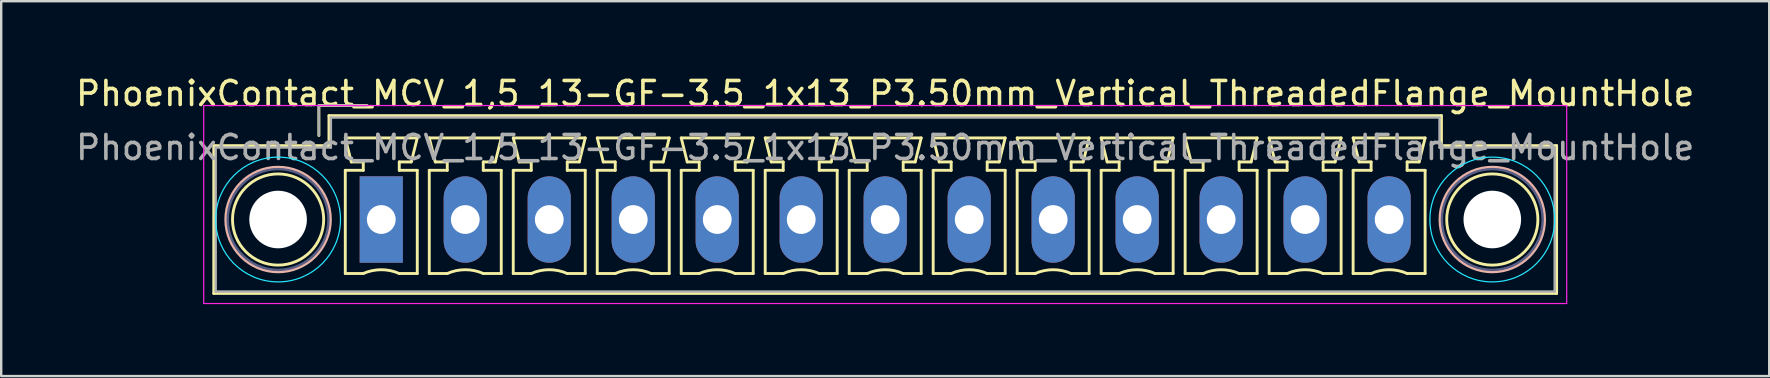
<source format=kicad_pcb>
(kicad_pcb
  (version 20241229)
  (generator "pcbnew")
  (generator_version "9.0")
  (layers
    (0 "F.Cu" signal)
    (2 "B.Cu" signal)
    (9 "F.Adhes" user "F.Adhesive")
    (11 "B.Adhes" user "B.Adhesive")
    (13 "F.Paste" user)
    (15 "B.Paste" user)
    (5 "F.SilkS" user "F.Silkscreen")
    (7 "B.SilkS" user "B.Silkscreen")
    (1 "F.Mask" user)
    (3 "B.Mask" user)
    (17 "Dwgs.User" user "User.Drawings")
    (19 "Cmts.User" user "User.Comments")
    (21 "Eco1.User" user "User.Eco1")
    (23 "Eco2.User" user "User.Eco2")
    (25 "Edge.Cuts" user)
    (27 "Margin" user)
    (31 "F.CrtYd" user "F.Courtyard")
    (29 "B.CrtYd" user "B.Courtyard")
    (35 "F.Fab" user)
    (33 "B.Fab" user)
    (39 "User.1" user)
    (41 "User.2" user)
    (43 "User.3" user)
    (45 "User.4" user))
  (footprint "PhoenixContact_MCV_1,5_13-GF-3.5_1x13_P3.50mm_Vertical_ThreadedFlange_MountHole"
    (layer "F.Cu")
    (at 12.839 6.098)
    (property "Reference" "PhoenixContact_MCV_1,5_13-GF-3.5_1x13_P3.50mm_Vertical_ThreadedFlange_MountHole" (at 21 -5.25 0) (layer "F.SilkS") (effects (font (size 1 1) (thickness 0.15))))
    (attr through_hole)
    (fp_line (start -6.98 -3.08) (end -6.98 3.08) (stroke (width 0.12) (type solid)) (layer "F.SilkS"))
    (fp_line (start -6.98 3.08) (end 48.98 3.08) (stroke (width 0.12) (type solid)) (layer "F.SilkS"))
    (fp_line (start -2.6 -4.75) (end -0.6 -4.75) (stroke (width 0.12) (type solid)) (layer "F.SilkS"))
    (fp_line (start -2.6 -3.5) (end -2.6 -4.75) (stroke (width 0.12) (type solid)) (layer "F.SilkS"))
    (fp_line (start -2.18 -4.33) (end -2.18 -3.08) (stroke (width 0.12) (type solid)) (layer "F.SilkS"))
    (fp_line (start -2.18 -3.08) (end -6.98 -3.08) (stroke (width 0.12) (type solid)) (layer "F.SilkS"))
    (fp_line (start -1.5 -3.4) (end 1.5 -3.4) (stroke (width 0.12) (type solid)) (layer "F.SilkS"))
    (fp_line (start -1.5 -2.05) (end -0.75 -2.05) (stroke (width 0.12) (type solid)) (layer "F.SilkS"))
    (fp_line (start -1.5 2.25) (end -1.5 -2.05) (stroke (width 0.12) (type solid)) (layer "F.SilkS"))
    (fp_line (start -1.25 -2.4) (end -1.5 -3.4) (stroke (width 0.12) (type solid)) (layer "F.SilkS"))
    (fp_line (start -0.75 -2.4) (end -1.25 -2.4) (stroke (width 0.12) (type solid)) (layer "F.SilkS"))
    (fp_line (start -0.75 -2.05) (end -0.75 -2.4) (stroke (width 0.12) (type solid)) (layer "F.SilkS"))
    (fp_line (start -0.75 2.25) (end -1.5 2.25) (stroke (width 0.12) (type solid)) (layer "F.SilkS"))
    (fp_line (start 0.75 -2.4) (end 0.75 -2.05) (stroke (width 0.12) (type solid)) (layer "F.SilkS"))
    (fp_line (start 0.75 -2.05) (end 1.5 -2.05) (stroke (width 0.12) (type solid)) (layer "F.SilkS"))
    (fp_line (start 1.25 -2.4) (end 0.75 -2.4) (stroke (width 0.12) (type solid)) (layer "F.SilkS"))
    (fp_line (start 1.5 -3.4) (end 1.25 -2.4) (stroke (width 0.12) (type solid)) (layer "F.SilkS"))
    (fp_line (start 1.5 -2.05) (end 1.5 2.25) (stroke (width 0.12) (type solid)) (layer "F.SilkS"))
    (fp_line (start 1.5 2.25) (end 0.75 2.25) (stroke (width 0.12) (type solid)) (layer "F.SilkS"))
    (fp_line (start 2 -3.4) (end 5 -3.4) (stroke (width 0.12) (type solid)) (layer "F.SilkS"))
    (fp_line (start 2 -2.05) (end 2.75 -2.05) (stroke (width 0.12) (type solid)) (layer "F.SilkS"))
    (fp_line (start 2 2.25) (end 2 -2.05) (stroke (width 0.12) (type solid)) (layer "F.SilkS"))
    (fp_line (start 2.25 -2.4) (end 2 -3.4) (stroke (width 0.12) (type solid)) (layer "F.SilkS"))
    (fp_line (start 2.75 -2.4) (end 2.25 -2.4) (stroke (width 0.12) (type solid)) (layer "F.SilkS"))
    (fp_line (start 2.75 -2.05) (end 2.75 -2.4) (stroke (width 0.12) (type solid)) (layer "F.SilkS"))
    (fp_line (start 2.75 2.25) (end 2 2.25) (stroke (width 0.12) (type solid)) (layer "F.SilkS"))
    (fp_line (start 4.25 -2.4) (end 4.25 -2.05) (stroke (width 0.12) (type solid)) (layer "F.SilkS"))
    (fp_line (start 4.25 -2.05) (end 5 -2.05) (stroke (width 0.12) (type solid)) (layer "F.SilkS"))
    (fp_line (start 4.75 -2.4) (end 4.25 -2.4) (stroke (width 0.12) (type solid)) (layer "F.SilkS"))
    (fp_line (start 5 -3.4) (end 4.75 -2.4) (stroke (width 0.12) (type solid)) (layer "F.SilkS"))
    (fp_line (start 5 -2.05) (end 5 2.25) (stroke (width 0.12) (type solid)) (layer "F.SilkS"))
    (fp_line (start 5 2.25) (end 4.25 2.25) (stroke (width 0.12) (type solid)) (layer "F.SilkS"))
    (fp_line (start 5.5 -3.4) (end 8.5 -3.4) (stroke (width 0.12) (type solid)) (layer "F.SilkS"))
    (fp_line (start 5.5 -2.05) (end 6.25 -2.05) (stroke (width 0.12) (type solid)) (layer "F.SilkS"))
    (fp_line (start 5.5 2.25) (end 5.5 -2.05) (stroke (width 0.12) (type solid)) (layer "F.SilkS"))
    (fp_line (start 5.75 -2.4) (end 5.5 -3.4) (stroke (width 0.12) (type solid)) (layer "F.SilkS"))
    (fp_line (start 6.25 -2.4) (end 5.75 -2.4) (stroke (width 0.12) (type solid)) (layer "F.SilkS"))
    (fp_line (start 6.25 -2.05) (end 6.25 -2.4) (stroke (width 0.12) (type solid)) (layer "F.SilkS"))
    (fp_line (start 6.25 2.25) (end 5.5 2.25) (stroke (width 0.12) (type solid)) (layer "F.SilkS"))
    (fp_line (start 7.75 -2.4) (end 7.75 -2.05) (stroke (width 0.12) (type solid)) (layer "F.SilkS"))
    (fp_line (start 7.75 -2.05) (end 8.5 -2.05) (stroke (width 0.12) (type solid)) (layer "F.SilkS"))
    (fp_line (start 8.25 -2.4) (end 7.75 -2.4) (stroke (width 0.12) (type solid)) (layer "F.SilkS"))
    (fp_line (start 8.5 -3.4) (end 8.25 -2.4) (stroke (width 0.12) (type solid)) (layer "F.SilkS"))
    (fp_line (start 8.5 -2.05) (end 8.5 2.25) (stroke (width 0.12) (type solid)) (layer "F.SilkS"))
    (fp_line (start 8.5 2.25) (end 7.75 2.25) (stroke (width 0.12) (type solid)) (layer "F.SilkS"))
    (fp_line (start 9 -3.4) (end 12 -3.4) (stroke (width 0.12) (type solid)) (layer "F.SilkS"))
    (fp_line (start 9 -2.05) (end 9.75 -2.05) (stroke (width 0.12) (type solid)) (layer "F.SilkS"))
    (fp_line (start 9 2.25) (end 9 -2.05) (stroke (width 0.12) (type solid)) (layer "F.SilkS"))
    (fp_line (start 9.25 -2.4) (end 9 -3.4) (stroke (width 0.12) (type solid)) (layer "F.SilkS"))
    (fp_line (start 9.75 -2.4) (end 9.25 -2.4) (stroke (width 0.12) (type solid)) (layer "F.SilkS"))
    (fp_line (start 9.75 -2.05) (end 9.75 -2.4) (stroke (width 0.12) (type solid)) (layer "F.SilkS"))
    (fp_line (start 9.75 2.25) (end 9 2.25) (stroke (width 0.12) (type solid)) (layer "F.SilkS"))
    (fp_line (start 11.25 -2.4) (end 11.25 -2.05) (stroke (width 0.12) (type solid)) (layer "F.SilkS"))
    (fp_line (start 11.25 -2.05) (end 12 -2.05) (stroke (width 0.12) (type solid)) (layer "F.SilkS"))
    (fp_line (start 11.75 -2.4) (end 11.25 -2.4) (stroke (width 0.12) (type solid)) (layer "F.SilkS"))
    (fp_line (start 12 -3.4) (end 11.75 -2.4) (stroke (width 0.12) (type solid)) (layer "F.SilkS"))
    (fp_line (start 12 -2.05) (end 12 2.25) (stroke (width 0.12) (type solid)) (layer "F.SilkS"))
    (fp_line (start 12 2.25) (end 11.25 2.25) (stroke (width 0.12) (type solid)) (layer "F.SilkS"))
    (fp_line (start 12.5 -3.4) (end 15.5 -3.4) (stroke (width 0.12) (type solid)) (layer "F.SilkS"))
    (fp_line (start 12.5 -2.05) (end 13.25 -2.05) (stroke (width 0.12) (type solid)) (layer "F.SilkS"))
    (fp_line (start 12.5 2.25) (end 12.5 -2.05) (stroke (width 0.12) (type solid)) (layer "F.SilkS"))
    (fp_line (start 12.75 -2.4) (end 12.5 -3.4) (stroke (width 0.12) (type solid)) (layer "F.SilkS"))
    (fp_line (start 13.25 -2.4) (end 12.75 -2.4) (stroke (width 0.12) (type solid)) (layer "F.SilkS"))
    (fp_line (start 13.25 -2.05) (end 13.25 -2.4) (stroke (width 0.12) (type solid)) (layer "F.SilkS"))
    (fp_line (start 13.25 2.25) (end 12.5 2.25) (stroke (width 0.12) (type solid)) (layer "F.SilkS"))
    (fp_line (start 14.75 -2.4) (end 14.75 -2.05) (stroke (width 0.12) (type solid)) (layer "F.SilkS"))
    (fp_line (start 14.75 -2.05) (end 15.5 -2.05) (stroke (width 0.12) (type solid)) (layer "F.SilkS"))
    (fp_line (start 15.25 -2.4) (end 14.75 -2.4) (stroke (width 0.12) (type solid)) (layer "F.SilkS"))
    (fp_line (start 15.5 -3.4) (end 15.25 -2.4) (stroke (width 0.12) (type solid)) (layer "F.SilkS"))
    (fp_line (start 15.5 -2.05) (end 15.5 2.25) (stroke (width 0.12) (type solid)) (layer "F.SilkS"))
    (fp_line (start 15.5 2.25) (end 14.75 2.25) (stroke (width 0.12) (type solid)) (layer "F.SilkS"))
    (fp_line (start 16 -3.4) (end 19 -3.4) (stroke (width 0.12) (type solid)) (layer "F.SilkS"))
    (fp_line (start 16 -2.05) (end 16.75 -2.05) (stroke (width 0.12) (type solid)) (layer "F.SilkS"))
    (fp_line (start 16 2.25) (end 16 -2.05) (stroke (width 0.12) (type solid)) (layer "F.SilkS"))
    (fp_line (start 16.25 -2.4) (end 16 -3.4) (stroke (width 0.12) (type solid)) (layer "F.SilkS"))
    (fp_line (start 16.75 -2.4) (end 16.25 -2.4) (stroke (width 0.12) (type solid)) (layer "F.SilkS"))
    (fp_line (start 16.75 -2.05) (end 16.75 -2.4) (stroke (width 0.12) (type solid)) (layer "F.SilkS"))
    (fp_line (start 16.75 2.25) (end 16 2.25) (stroke (width 0.12) (type solid)) (layer "F.SilkS"))
    (fp_line (start 18.25 -2.4) (end 18.25 -2.05) (stroke (width 0.12) (type solid)) (layer "F.SilkS"))
    (fp_line (start 18.25 -2.05) (end 19 -2.05) (stroke (width 0.12) (type solid)) (layer "F.SilkS"))
    (fp_line (start 18.75 -2.4) (end 18.25 -2.4) (stroke (width 0.12) (type solid)) (layer "F.SilkS"))
    (fp_line (start 19 -3.4) (end 18.75 -2.4) (stroke (width 0.12) (type solid)) (layer "F.SilkS"))
    (fp_line (start 19 -2.05) (end 19 2.25) (stroke (width 0.12) (type solid)) (layer "F.SilkS"))
    (fp_line (start 19 2.25) (end 18.25 2.25) (stroke (width 0.12) (type solid)) (layer "F.SilkS"))
    (fp_line (start 19.5 -3.4) (end 22.5 -3.4) (stroke (width 0.12) (type solid)) (layer "F.SilkS"))
    (fp_line (start 19.5 -2.05) (end 20.25 -2.05) (stroke (width 0.12) (type solid)) (layer "F.SilkS"))
    (fp_line (start 19.5 2.25) (end 19.5 -2.05) (stroke (width 0.12) (type solid)) (layer "F.SilkS"))
    (fp_line (start 19.75 -2.4) (end 19.5 -3.4) (stroke (width 0.12) (type solid)) (layer "F.SilkS"))
    (fp_line (start 20.25 -2.4) (end 19.75 -2.4) (stroke (width 0.12) (type solid)) (layer "F.SilkS"))
    (fp_line (start 20.25 -2.05) (end 20.25 -2.4) (stroke (width 0.12) (type solid)) (layer "F.SilkS"))
    (fp_line (start 20.25 2.25) (end 19.5 2.25) (stroke (width 0.12) (type solid)) (layer "F.SilkS"))
    (fp_line (start 21.75 -2.4) (end 21.75 -2.05) (stroke (width 0.12) (type solid)) (layer "F.SilkS"))
    (fp_line (start 21.75 -2.05) (end 22.5 -2.05) (stroke (width 0.12) (type solid)) (layer "F.SilkS"))
    (fp_line (start 22.25 -2.4) (end 21.75 -2.4) (stroke (width 0.12) (type solid)) (layer "F.SilkS"))
    (fp_line (start 22.5 -3.4) (end 22.25 -2.4) (stroke (width 0.12) (type solid)) (layer "F.SilkS"))
    (fp_line (start 22.5 -2.05) (end 22.5 2.25) (stroke (width 0.12) (type solid)) (layer "F.SilkS"))
    (fp_line (start 22.5 2.25) (end 21.75 2.25) (stroke (width 0.12) (type solid)) (layer "F.SilkS"))
    (fp_line (start 23 -3.4) (end 26 -3.4) (stroke (width 0.12) (type solid)) (layer "F.SilkS"))
    (fp_line (start 23 -2.05) (end 23.75 -2.05) (stroke (width 0.12) (type solid)) (layer "F.SilkS"))
    (fp_line (start 23 2.25) (end 23 -2.05) (stroke (width 0.12) (type solid)) (layer "F.SilkS"))
    (fp_line (start 23.25 -2.4) (end 23 -3.4) (stroke (width 0.12) (type solid)) (layer "F.SilkS"))
    (fp_line (start 23.75 -2.4) (end 23.25 -2.4) (stroke (width 0.12) (type solid)) (layer "F.SilkS"))
    (fp_line (start 23.75 -2.05) (end 23.75 -2.4) (stroke (width 0.12) (type solid)) (layer "F.SilkS"))
    (fp_line (start 23.75 2.25) (end 23 2.25) (stroke (width 0.12) (type solid)) (layer "F.SilkS"))
    (fp_line (start 25.25 -2.4) (end 25.25 -2.05) (stroke (width 0.12) (type solid)) (layer "F.SilkS"))
    (fp_line (start 25.25 -2.05) (end 26 -2.05) (stroke (width 0.12) (type solid)) (layer "F.SilkS"))
    (fp_line (start 25.75 -2.4) (end 25.25 -2.4) (stroke (width 0.12) (type solid)) (layer "F.SilkS"))
    (fp_line (start 26 -3.4) (end 25.75 -2.4) (stroke (width 0.12) (type solid)) (layer "F.SilkS"))
    (fp_line (start 26 -2.05) (end 26 2.25) (stroke (width 0.12) (type solid)) (layer "F.SilkS"))
    (fp_line (start 26 2.25) (end 25.25 2.25) (stroke (width 0.12) (type solid)) (layer "F.SilkS"))
    (fp_line (start 26.5 -3.4) (end 29.5 -3.4) (stroke (width 0.12) (type solid)) (layer "F.SilkS"))
    (fp_line (start 26.5 -2.05) (end 27.25 -2.05) (stroke (width 0.12) (type solid)) (layer "F.SilkS"))
    (fp_line (start 26.5 2.25) (end 26.5 -2.05) (stroke (width 0.12) (type solid)) (layer "F.SilkS"))
    (fp_line (start 26.75 -2.4) (end 26.5 -3.4) (stroke (width 0.12) (type solid)) (layer "F.SilkS"))
    (fp_line (start 27.25 -2.4) (end 26.75 -2.4) (stroke (width 0.12) (type solid)) (layer "F.SilkS"))
    (fp_line (start 27.25 -2.05) (end 27.25 -2.4) (stroke (width 0.12) (type solid)) (layer "F.SilkS"))
    (fp_line (start 27.25 2.25) (end 26.5 2.25) (stroke (width 0.12) (type solid)) (layer "F.SilkS"))
    (fp_line (start 28.75 -2.4) (end 28.75 -2.05) (stroke (width 0.12) (type solid)) (layer "F.SilkS"))
    (fp_line (start 28.75 -2.05) (end 29.5 -2.05) (stroke (width 0.12) (type solid)) (layer "F.SilkS"))
    (fp_line (start 29.25 -2.4) (end 28.75 -2.4) (stroke (width 0.12) (type solid)) (layer "F.SilkS"))
    (fp_line (start 29.5 -3.4) (end 29.25 -2.4) (stroke (width 0.12) (type solid)) (layer "F.SilkS"))
    (fp_line (start 29.5 -2.05) (end 29.5 2.25) (stroke (width 0.12) (type solid)) (layer "F.SilkS"))
    (fp_line (start 29.5 2.25) (end 28.75 2.25) (stroke (width 0.12) (type solid)) (layer "F.SilkS"))
    (fp_line (start 30 -3.4) (end 33 -3.4) (stroke (width 0.12) (type solid)) (layer "F.SilkS"))
    (fp_line (start 30 -2.05) (end 30.75 -2.05) (stroke (width 0.12) (type solid)) (layer "F.SilkS"))
    (fp_line (start 30 2.25) (end 30 -2.05) (stroke (width 0.12) (type solid)) (layer "F.SilkS"))
    (fp_line (start 30.25 -2.4) (end 30 -3.4) (stroke (width 0.12) (type solid)) (layer "F.SilkS"))
    (fp_line (start 30.75 -2.4) (end 30.25 -2.4) (stroke (width 0.12) (type solid)) (layer "F.SilkS"))
    (fp_line (start 30.75 -2.05) (end 30.75 -2.4) (stroke (width 0.12) (type solid)) (layer "F.SilkS"))
    (fp_line (start 30.75 2.25) (end 30 2.25) (stroke (width 0.12) (type solid)) (layer "F.SilkS"))
    (fp_line (start 32.25 -2.4) (end 32.25 -2.05) (stroke (width 0.12) (type solid)) (layer "F.SilkS"))
    (fp_line (start 32.25 -2.05) (end 33 -2.05) (stroke (width 0.12) (type solid)) (layer "F.SilkS"))
    (fp_line (start 32.75 -2.4) (end 32.25 -2.4) (stroke (width 0.12) (type solid)) (layer "F.SilkS"))
    (fp_line (start 33 -3.4) (end 32.75 -2.4) (stroke (width 0.12) (type solid)) (layer "F.SilkS"))
    (fp_line (start 33 -2.05) (end 33 2.25) (stroke (width 0.12) (type solid)) (layer "F.SilkS"))
    (fp_line (start 33 2.25) (end 32.25 2.25) (stroke (width 0.12) (type solid)) (layer "F.SilkS"))
    (fp_line (start 33.5 -3.4) (end 36.5 -3.4) (stroke (width 0.12) (type solid)) (layer "F.SilkS"))
    (fp_line (start 33.5 -2.05) (end 34.25 -2.05) (stroke (width 0.12) (type solid)) (layer "F.SilkS"))
    (fp_line (start 33.5 2.25) (end 33.5 -2.05) (stroke (width 0.12) (type solid)) (layer "F.SilkS"))
    (fp_line (start 33.75 -2.4) (end 33.5 -3.4) (stroke (width 0.12) (type solid)) (layer "F.SilkS"))
    (fp_line (start 34.25 -2.4) (end 33.75 -2.4) (stroke (width 0.12) (type solid)) (layer "F.SilkS"))
    (fp_line (start 34.25 -2.05) (end 34.25 -2.4) (stroke (width 0.12) (type solid)) (layer "F.SilkS"))
    (fp_line (start 34.25 2.25) (end 33.5 2.25) (stroke (width 0.12) (type solid)) (layer "F.SilkS"))
    (fp_line (start 35.75 -2.4) (end 35.75 -2.05) (stroke (width 0.12) (type solid)) (layer "F.SilkS"))
    (fp_line (start 35.75 -2.05) (end 36.5 -2.05) (stroke (width 0.12) (type solid)) (layer "F.SilkS"))
    (fp_line (start 36.25 -2.4) (end 35.75 -2.4) (stroke (width 0.12) (type solid)) (layer "F.SilkS"))
    (fp_line (start 36.5 -3.4) (end 36.25 -2.4) (stroke (width 0.12) (type solid)) (layer "F.SilkS"))
    (fp_line (start 36.5 -2.05) (end 36.5 2.25) (stroke (width 0.12) (type solid)) (layer "F.SilkS"))
    (fp_line (start 36.5 2.25) (end 35.75 2.25) (stroke (width 0.12) (type solid)) (layer "F.SilkS"))
    (fp_line (start 37 -3.4) (end 40 -3.4) (stroke (width 0.12) (type solid)) (layer "F.SilkS"))
    (fp_line (start 37 -2.05) (end 37.75 -2.05) (stroke (width 0.12) (type solid)) (layer "F.SilkS"))
    (fp_line (start 37 2.25) (end 37 -2.05) (stroke (width 0.12) (type solid)) (layer "F.SilkS"))
    (fp_line (start 37.25 -2.4) (end 37 -3.4) (stroke (width 0.12) (type solid)) (layer "F.SilkS"))
    (fp_line (start 37.75 -2.4) (end 37.25 -2.4) (stroke (width 0.12) (type solid)) (layer "F.SilkS"))
    (fp_line (start 37.75 -2.05) (end 37.75 -2.4) (stroke (width 0.12) (type solid)) (layer "F.SilkS"))
    (fp_line (start 37.75 2.25) (end 37 2.25) (stroke (width 0.12) (type solid)) (layer "F.SilkS"))
    (fp_line (start 39.25 -2.4) (end 39.25 -2.05) (stroke (width 0.12) (type solid)) (layer "F.SilkS"))
    (fp_line (start 39.25 -2.05) (end 40 -2.05) (stroke (width 0.12) (type solid)) (layer "F.SilkS"))
    (fp_line (start 39.75 -2.4) (end 39.25 -2.4) (stroke (width 0.12) (type solid)) (layer "F.SilkS"))
    (fp_line (start 40 -3.4) (end 39.75 -2.4) (stroke (width 0.12) (type solid)) (layer "F.SilkS"))
    (fp_line (start 40 -2.05) (end 40 2.25) (stroke (width 0.12) (type solid)) (layer "F.SilkS"))
    (fp_line (start 40 2.25) (end 39.25 2.25) (stroke (width 0.12) (type solid)) (layer "F.SilkS"))
    (fp_line (start 40.5 -3.4) (end 43.5 -3.4) (stroke (width 0.12) (type solid)) (layer "F.SilkS"))
    (fp_line (start 40.5 -2.05) (end 41.25 -2.05) (stroke (width 0.12) (type solid)) (layer "F.SilkS"))
    (fp_line (start 40.5 2.25) (end 40.5 -2.05) (stroke (width 0.12) (type solid)) (layer "F.SilkS"))
    (fp_line (start 40.75 -2.4) (end 40.5 -3.4) (stroke (width 0.12) (type solid)) (layer "F.SilkS"))
    (fp_line (start 41.25 -2.4) (end 40.75 -2.4) (stroke (width 0.12) (type solid)) (layer "F.SilkS"))
    (fp_line (start 41.25 -2.05) (end 41.25 -2.4) (stroke (width 0.12) (type solid)) (layer "F.SilkS"))
    (fp_line (start 41.25 2.25) (end 40.5 2.25) (stroke (width 0.12) (type solid)) (layer "F.SilkS"))
    (fp_line (start 42.75 -2.4) (end 42.75 -2.05) (stroke (width 0.12) (type solid)) (layer "F.SilkS"))
    (fp_line (start 42.75 -2.05) (end 43.5 -2.05) (stroke (width 0.12) (type solid)) (layer "F.SilkS"))
    (fp_line (start 43.25 -2.4) (end 42.75 -2.4) (stroke (width 0.12) (type solid)) (layer "F.SilkS"))
    (fp_line (start 43.5 -3.4) (end 43.25 -2.4) (stroke (width 0.12) (type solid)) (layer "F.SilkS"))
    (fp_line (start 43.5 -2.05) (end 43.5 2.25) (stroke (width 0.12) (type solid)) (layer "F.SilkS"))
    (fp_line (start 43.5 2.25) (end 42.75 2.25) (stroke (width 0.12) (type solid)) (layer "F.SilkS"))
    (fp_line (start 44.18 -4.33) (end -2.18 -4.33) (stroke (width 0.12) (type solid)) (layer "F.SilkS"))
    (fp_line (start 44.18 -3.08) (end 44.18 -4.33) (stroke (width 0.12) (type solid)) (layer "F.SilkS"))
    (fp_line (start 48.98 -3.08) (end 44.18 -3.08) (stroke (width 0.12) (type solid)) (layer "F.SilkS"))
    (fp_line (start 48.98 3.08) (end 48.98 -3.08) (stroke (width 0.12) (type solid)) (layer "F.SilkS"))
    (fp_arc (start -0.75 2.25) (mid -0.000193 2.09191) (end 0.749647 2.249844) (stroke (width 0.12) (type solid)) (layer "F.SilkS"))
    (fp_arc (start 2.75 2.25) (mid 3.499807 2.09191) (end 4.249647 2.249844) (stroke (width 0.12) (type solid)) (layer "F.SilkS"))
    (fp_arc (start 6.25 2.25) (mid 6.999807 2.09191) (end 7.749647 2.249844) (stroke (width 0.12) (type solid)) (layer "F.SilkS"))
    (fp_arc (start 9.75 2.25) (mid 10.499807 2.09191) (end 11.249647 2.249844) (stroke (width 0.12) (type solid)) (layer "F.SilkS"))
    (fp_arc (start 13.25 2.25) (mid 13.999807 2.09191) (end 14.749647 2.249844) (stroke (width 0.12) (type solid)) (layer "F.SilkS"))
    (fp_arc (start 16.75 2.25) (mid 17.499807 2.09191) (end 18.249647 2.249844) (stroke (width 0.12) (type solid)) (layer "F.SilkS"))
    (fp_arc (start 20.25 2.25) (mid 20.999807 2.09191) (end 21.749647 2.249844) (stroke (width 0.12) (type solid)) (layer "F.SilkS"))
    (fp_arc (start 23.75 2.25) (mid 24.499807 2.09191) (end 25.249647 2.249844) (stroke (width 0.12) (type solid)) (layer "F.SilkS"))
    (fp_arc (start 27.25 2.25) (mid 27.999807 2.09191) (end 28.749647 2.249844) (stroke (width 0.12) (type solid)) (layer "F.SilkS"))
    (fp_arc (start 30.75 2.25) (mid 31.499807 2.09191) (end 32.249647 2.249844) (stroke (width 0.12) (type solid)) (layer "F.SilkS"))
    (fp_arc (start 34.25 2.25) (mid 34.999807 2.09191) (end 35.749647 2.249844) (stroke (width 0.12) (type solid)) (layer "F.SilkS"))
    (fp_arc (start 37.75 2.25) (mid 38.499807 2.09191) (end 39.249647 2.249844) (stroke (width 0.12) (type solid)) (layer "F.SilkS"))
    (fp_arc (start 41.25 2.25) (mid 41.999807 2.09191) (end 42.749647 2.249844) (stroke (width 0.12) (type solid)) (layer "F.SilkS"))
    (fp_circle (center -4.3 0) (end -2.4 0) (stroke (width 0.12) (type solid)) (fill no) (layer "F.SilkS"))
    (fp_circle (center 46.3 0) (end 48.2 0) (stroke (width 0.12) (type solid)) (fill no) (layer "F.SilkS"))
    (fp_circle (center -4.3 0) (end -2.12 0) (stroke (width 0.12) (type solid)) (fill no) (layer "B.SilkS"))
    (fp_circle (center 46.3 0) (end 48.48 0) (stroke (width 0.12) (type solid)) (fill no) (layer "B.SilkS"))
    (fp_circle (center -4.3 0) (end -1.7 0) (stroke (width 0.05) (type solid)) (fill no) (layer "B.CrtYd"))
    (fp_circle (center 46.3 0) (end 48.9 0) (stroke (width 0.05) (type solid)) (fill no) (layer "B.CrtYd"))
    (fp_line (start -7.4 -4.75) (end -7.4 3.5) (stroke (width 0.05) (type solid)) (layer "F.CrtYd"))
    (fp_line (start -7.4 3.5) (end 49.4 3.5) (stroke (width 0.05) (type solid)) (layer "F.CrtYd"))
    (fp_line (start 49.4 -4.75) (end -7.4 -4.75) (stroke (width 0.05) (type solid)) (layer "F.CrtYd"))
    (fp_line (start 49.4 3.5) (end 49.4 -4.75) (stroke (width 0.05) (type solid)) (layer "F.CrtYd"))
    (fp_circle (center -4.3 0) (end -2.2 0) (stroke (width 0.1) (type solid)) (fill no) (layer "B.Fab"))
    (fp_circle (center 46.3 0) (end 48.4 0) (stroke (width 0.1) (type solid)) (fill no) (layer "B.Fab"))
    (fp_line (start -6.9 -3) (end -6.9 3) (stroke (width 0.1) (type solid)) (layer "F.Fab"))
    (fp_line (start -6.9 3) (end 48.9 3) (stroke (width 0.1) (type solid)) (layer "F.Fab"))
    (fp_line (start -2.6 -4.75) (end -0.6 -4.75) (stroke (width 0.1) (type solid)) (layer "F.Fab"))
    (fp_line (start -2.6 -3.5) (end -2.6 -4.75) (stroke (width 0.1) (type solid)) (layer "F.Fab"))
    (fp_line (start -2.1 -4.25) (end -2.1 -3) (stroke (width 0.1) (type solid)) (layer "F.Fab"))
    (fp_line (start -2.1 -3) (end -6.9 -3) (stroke (width 0.1) (type solid)) (layer "F.Fab"))
    (fp_line (start 44.1 -4.25) (end -2.1 -4.25) (stroke (width 0.1) (type solid)) (layer "F.Fab"))
    (fp_line (start 44.1 -3) (end 44.1 -4.25) (stroke (width 0.1) (type solid)) (layer "F.Fab"))
    (fp_line (start 48.9 -3) (end 44.1 -3) (stroke (width 0.1) (type solid)) (layer "F.Fab"))
    (fp_line (start 48.9 3) (end 48.9 -3) (stroke (width 0.1) (type solid)) (layer "F.Fab"))
    (fp_text user "${REFERENCE}" (at 21 -3 0) (layer "F.Fab") (effects (font (size 1 1) (thickness 0.15))))
    (pad "" np_thru_hole circle (at -4.3 0) (size 2.4 2.4) (drill 2.4) (layers "*.Cu" "*.Mask"))
    (pad "" np_thru_hole circle (at 46.3 0) (size 2.4 2.4) (drill 2.4) (layers "*.Cu" "*.Mask"))
    (pad "1" thru_hole rect (at 0 0) (size 1.8 3.6) (drill 1.2) (layers "*.Cu" "*.Mask"))
    (pad "2" thru_hole oval (at 3.5 0) (size 1.8 3.6) (drill 1.2) (layers "*.Cu" "*.Mask"))
    (pad "3" thru_hole oval (at 7 0) (size 1.8 3.6) (drill 1.2) (layers "*.Cu" "*.Mask"))
    (pad "4" thru_hole oval (at 10.5 0) (size 1.8 3.6) (drill 1.2) (layers "*.Cu" "*.Mask"))
    (pad "5" thru_hole oval (at 14 0) (size 1.8 3.6) (drill 1.2) (layers "*.Cu" "*.Mask"))
    (pad "6" thru_hole oval (at 17.5 0) (size 1.8 3.6) (drill 1.2) (layers "*.Cu" "*.Mask"))
    (pad "7" thru_hole oval (at 21 0) (size 1.8 3.6) (drill 1.2) (layers "*.Cu" "*.Mask"))
    (pad "8" thru_hole oval (at 24.5 0) (size 1.8 3.6) (drill 1.2) (layers "*.Cu" "*.Mask"))
    (pad "9" thru_hole oval (at 28 0) (size 1.8 3.6) (drill 1.2) (layers "*.Cu" "*.Mask"))
    (pad "10" thru_hole oval (at 31.5 0) (size 1.8 3.6) (drill 1.2) (layers "*.Cu" "*.Mask"))
    (pad "11" thru_hole oval (at 35 0) (size 1.8 3.6) (drill 1.2) (layers "*.Cu" "*.Mask"))
    (pad "12" thru_hole oval (at 38.5 0) (size 1.8 3.6) (drill 1.2) (layers "*.Cu" "*.Mask"))
    (pad "13" thru_hole oval (at 42 0) (size 1.8 3.6) (drill 1.2) (layers "*.Cu" "*.Mask")))
  (gr_rect
    (start -3 -3)
    (end 70.679 12.623)
    (stroke (width 0.1) (type default))
    (fill no)
    (layer "Edge.Cuts")))
</source>
